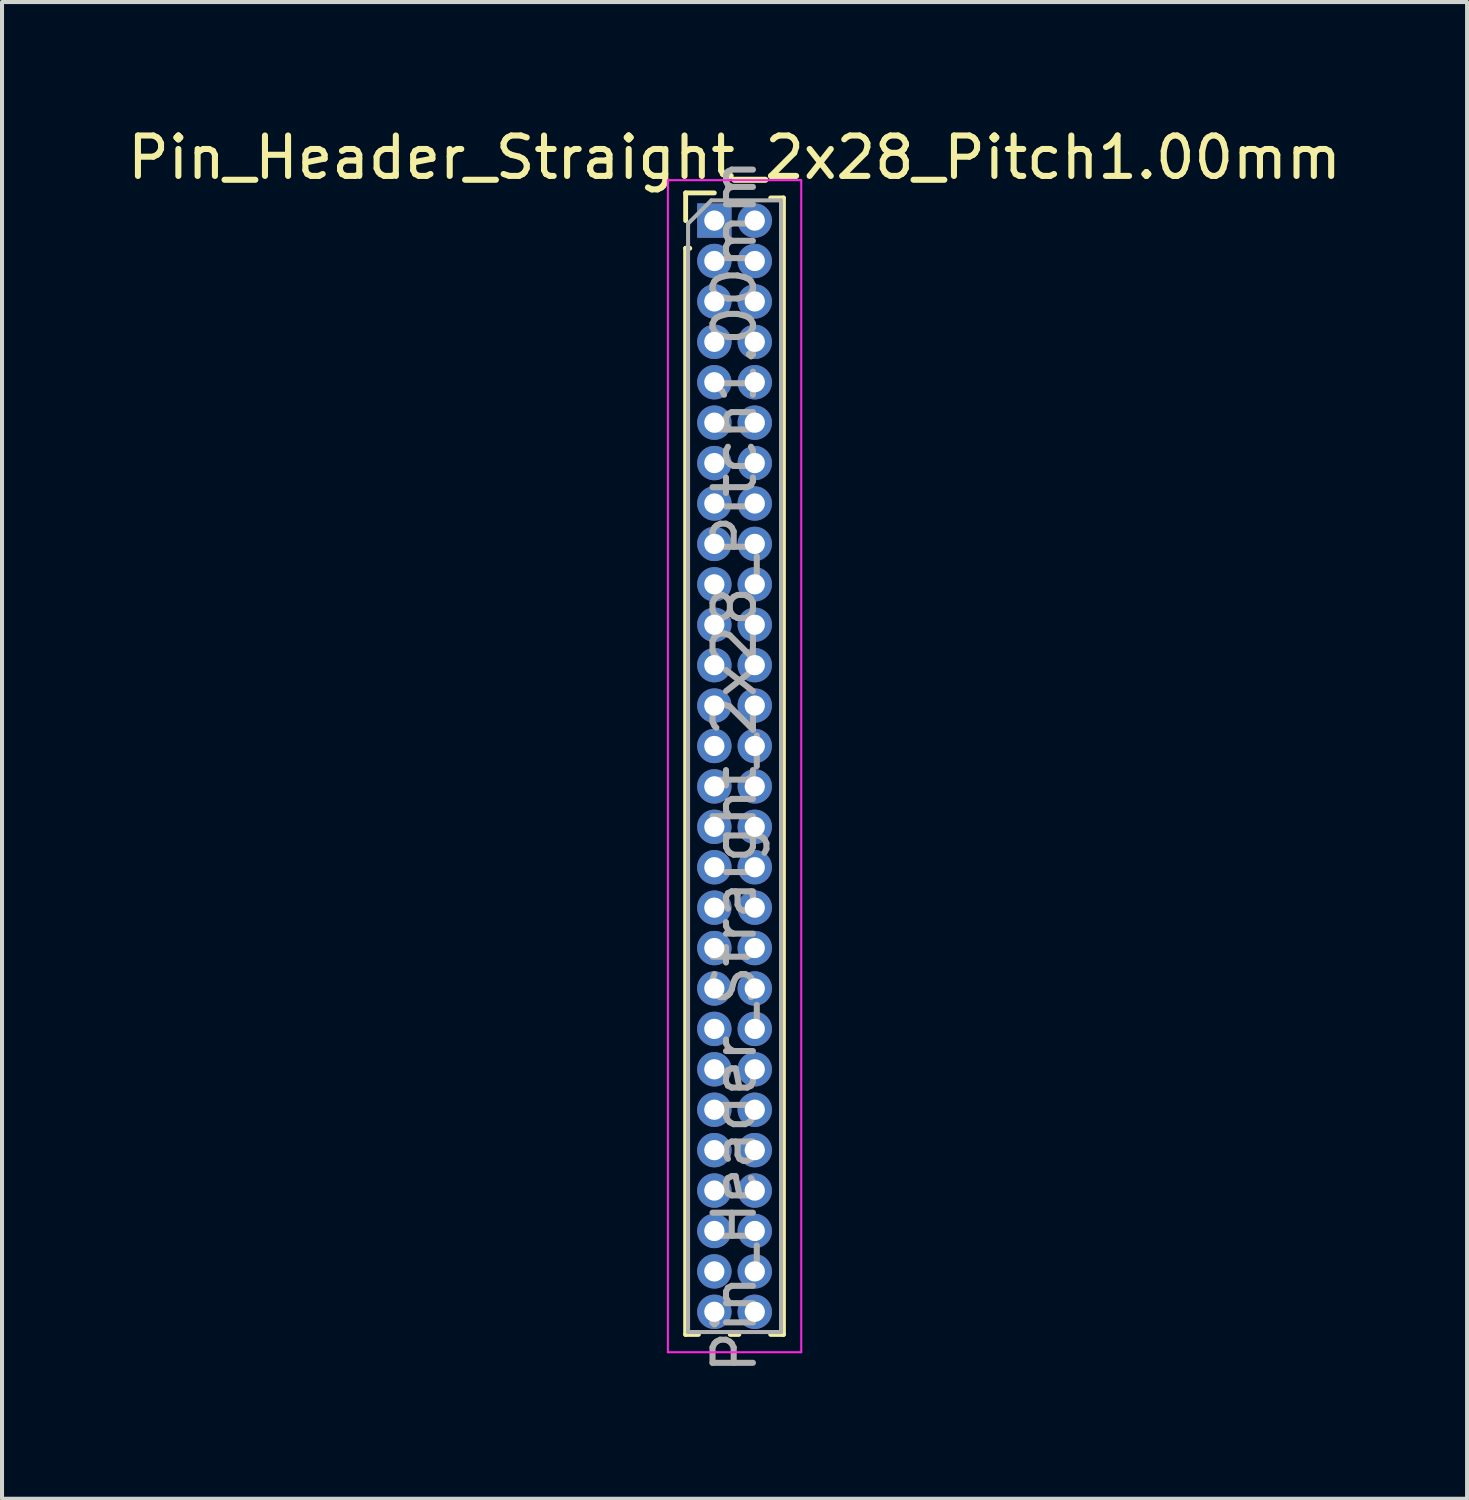
<source format=kicad_pcb>
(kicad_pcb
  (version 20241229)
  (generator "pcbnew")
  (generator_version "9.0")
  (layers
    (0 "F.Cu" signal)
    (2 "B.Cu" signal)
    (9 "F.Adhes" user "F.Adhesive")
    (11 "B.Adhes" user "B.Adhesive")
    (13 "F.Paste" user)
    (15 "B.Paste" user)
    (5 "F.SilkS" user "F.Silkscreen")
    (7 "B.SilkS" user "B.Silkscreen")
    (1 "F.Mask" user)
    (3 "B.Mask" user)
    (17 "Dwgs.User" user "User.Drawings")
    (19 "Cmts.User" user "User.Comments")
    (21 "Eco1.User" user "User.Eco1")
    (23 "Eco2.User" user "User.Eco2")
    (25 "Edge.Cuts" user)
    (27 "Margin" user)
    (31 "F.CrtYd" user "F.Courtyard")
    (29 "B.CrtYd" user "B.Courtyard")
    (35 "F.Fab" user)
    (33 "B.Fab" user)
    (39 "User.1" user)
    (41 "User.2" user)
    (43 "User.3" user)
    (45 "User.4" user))
  (footprint "Pin_Header_Straight_2x28_Pitch1.00mm"
    (layer "F.Cu")
    (at 14.625 2.408)
    (property "Reference" "Pin_Header_Straight_2x28_Pitch1.00mm" (at 0.5 -1.56 0) (layer "F.SilkS") (effects (font (size 1 1) (thickness 0.15))))
    (attr through_hole)
    (fp_line (start -0.71 -0.685) (end 0 -0.685) (stroke (width 0.12) (type solid)) (layer "F.SilkS"))
    (fp_line (start -0.71 0) (end -0.71 -0.685) (stroke (width 0.12) (type solid)) (layer "F.SilkS"))
    (fp_line (start -0.71 0.685) (end -0.71 27.56) (stroke (width 0.12) (type solid)) (layer "F.SilkS"))
    (fp_line (start -0.71 0.685) (end -0.608 0.685) (stroke (width 0.12) (type solid)) (layer "F.SilkS"))
    (fp_line (start -0.71 27.56) (end -0.394 27.56) (stroke (width 0.12) (type solid)) (layer "F.SilkS"))
    (fp_line (start 0.394 27.56) (end 0.606 27.56) (stroke (width 0.12) (type solid)) (layer "F.SilkS"))
    (fp_line (start 1.394 -0.56) (end 1.71 -0.56) (stroke (width 0.12) (type solid)) (layer "F.SilkS"))
    (fp_line (start 1.394 27.56) (end 1.71 27.56) (stroke (width 0.12) (type solid)) (layer "F.SilkS"))
    (fp_line (start 1.71 -0.56) (end 1.71 27.56) (stroke (width 0.12) (type solid)) (layer "F.SilkS"))
    (fp_line (start -1.15 -1) (end -1.15 28) (stroke (width 0.05) (type solid)) (layer "F.CrtYd"))
    (fp_line (start -1.15 28) (end 2.15 28) (stroke (width 0.05) (type solid)) (layer "F.CrtYd"))
    (fp_line (start 2.15 -1) (end -1.15 -1) (stroke (width 0.05) (type solid)) (layer "F.CrtYd"))
    (fp_line (start 2.15 28) (end 2.15 -1) (stroke (width 0.05) (type solid)) (layer "F.CrtYd"))
    (fp_line (start -0.65 0.075) (end -0.075 -0.5) (stroke (width 0.1) (type solid)) (layer "F.Fab"))
    (fp_line (start -0.65 27.5) (end -0.65 0.075) (stroke (width 0.1) (type solid)) (layer "F.Fab"))
    (fp_line (start -0.075 -0.5) (end 1.65 -0.5) (stroke (width 0.1) (type solid)) (layer "F.Fab"))
    (fp_line (start 1.65 -0.5) (end 1.65 27.5) (stroke (width 0.1) (type solid)) (layer "F.Fab"))
    (fp_line (start 1.65 27.5) (end -0.65 27.5) (stroke (width 0.1) (type solid)) (layer "F.Fab"))
    (fp_text user "${REFERENCE}" (at 0.5 13.5 90) (layer "F.Fab") (effects (font (size 1 1) (thickness 0.15))))
    (pad "1" thru_hole rect (at 0 0) (size 0.85 0.85) (drill 0.5) (layers "*.Cu" "*.Mask"))
    (pad "2" thru_hole oval (at 1 0) (size 0.85 0.85) (drill 0.5) (layers "*.Cu" "*.Mask"))
    (pad "3" thru_hole oval (at 0 1) (size 0.85 0.85) (drill 0.5) (layers "*.Cu" "*.Mask"))
    (pad "4" thru_hole oval (at 1 1) (size 0.85 0.85) (drill 0.5) (layers "*.Cu" "*.Mask"))
    (pad "5" thru_hole oval (at 0 2) (size 0.85 0.85) (drill 0.5) (layers "*.Cu" "*.Mask"))
    (pad "6" thru_hole oval (at 1 2) (size 0.85 0.85) (drill 0.5) (layers "*.Cu" "*.Mask"))
    (pad "7" thru_hole oval (at 0 3) (size 0.85 0.85) (drill 0.5) (layers "*.Cu" "*.Mask"))
    (pad "8" thru_hole oval (at 1 3) (size 0.85 0.85) (drill 0.5) (layers "*.Cu" "*.Mask"))
    (pad "9" thru_hole oval (at 0 4) (size 0.85 0.85) (drill 0.5) (layers "*.Cu" "*.Mask"))
    (pad "10" thru_hole oval (at 1 4) (size 0.85 0.85) (drill 0.5) (layers "*.Cu" "*.Mask"))
    (pad "11" thru_hole oval (at 0 5) (size 0.85 0.85) (drill 0.5) (layers "*.Cu" "*.Mask"))
    (pad "12" thru_hole oval (at 1 5) (size 0.85 0.85) (drill 0.5) (layers "*.Cu" "*.Mask"))
    (pad "13" thru_hole oval (at 0 6) (size 0.85 0.85) (drill 0.5) (layers "*.Cu" "*.Mask"))
    (pad "14" thru_hole oval (at 1 6) (size 0.85 0.85) (drill 0.5) (layers "*.Cu" "*.Mask"))
    (pad "15" thru_hole oval (at 0 7) (size 0.85 0.85) (drill 0.5) (layers "*.Cu" "*.Mask"))
    (pad "16" thru_hole oval (at 1 7) (size 0.85 0.85) (drill 0.5) (layers "*.Cu" "*.Mask"))
    (pad "17" thru_hole oval (at 0 8) (size 0.85 0.85) (drill 0.5) (layers "*.Cu" "*.Mask"))
    (pad "18" thru_hole oval (at 1 8) (size 0.85 0.85) (drill 0.5) (layers "*.Cu" "*.Mask"))
    (pad "19" thru_hole oval (at 0 9) (size 0.85 0.85) (drill 0.5) (layers "*.Cu" "*.Mask"))
    (pad "20" thru_hole oval (at 1 9) (size 0.85 0.85) (drill 0.5) (layers "*.Cu" "*.Mask"))
    (pad "21" thru_hole oval (at 0 10) (size 0.85 0.85) (drill 0.5) (layers "*.Cu" "*.Mask"))
    (pad "22" thru_hole oval (at 1 10) (size 0.85 0.85) (drill 0.5) (layers "*.Cu" "*.Mask"))
    (pad "23" thru_hole oval (at 0 11) (size 0.85 0.85) (drill 0.5) (layers "*.Cu" "*.Mask"))
    (pad "24" thru_hole oval (at 1 11) (size 0.85 0.85) (drill 0.5) (layers "*.Cu" "*.Mask"))
    (pad "25" thru_hole oval (at 0 12) (size 0.85 0.85) (drill 0.5) (layers "*.Cu" "*.Mask"))
    (pad "26" thru_hole oval (at 1 12) (size 0.85 0.85) (drill 0.5) (layers "*.Cu" "*.Mask"))
    (pad "27" thru_hole oval (at 0 13) (size 0.85 0.85) (drill 0.5) (layers "*.Cu" "*.Mask"))
    (pad "28" thru_hole oval (at 1 13) (size 0.85 0.85) (drill 0.5) (layers "*.Cu" "*.Mask"))
    (pad "29" thru_hole oval (at 0 14) (size 0.85 0.85) (drill 0.5) (layers "*.Cu" "*.Mask"))
    (pad "30" thru_hole oval (at 1 14) (size 0.85 0.85) (drill 0.5) (layers "*.Cu" "*.Mask"))
    (pad "31" thru_hole oval (at 0 15) (size 0.85 0.85) (drill 0.5) (layers "*.Cu" "*.Mask"))
    (pad "32" thru_hole oval (at 1 15) (size 0.85 0.85) (drill 0.5) (layers "*.Cu" "*.Mask"))
    (pad "33" thru_hole oval (at 0 16) (size 0.85 0.85) (drill 0.5) (layers "*.Cu" "*.Mask"))
    (pad "34" thru_hole oval (at 1 16) (size 0.85 0.85) (drill 0.5) (layers "*.Cu" "*.Mask"))
    (pad "35" thru_hole oval (at 0 17) (size 0.85 0.85) (drill 0.5) (layers "*.Cu" "*.Mask"))
    (pad "36" thru_hole oval (at 1 17) (size 0.85 0.85) (drill 0.5) (layers "*.Cu" "*.Mask"))
    (pad "37" thru_hole oval (at 0 18) (size 0.85 0.85) (drill 0.5) (layers "*.Cu" "*.Mask"))
    (pad "38" thru_hole oval (at 1 18) (size 0.85 0.85) (drill 0.5) (layers "*.Cu" "*.Mask"))
    (pad "39" thru_hole oval (at 0 19) (size 0.85 0.85) (drill 0.5) (layers "*.Cu" "*.Mask"))
    (pad "40" thru_hole oval (at 1 19) (size 0.85 0.85) (drill 0.5) (layers "*.Cu" "*.Mask"))
    (pad "41" thru_hole oval (at 0 20) (size 0.85 0.85) (drill 0.5) (layers "*.Cu" "*.Mask"))
    (pad "42" thru_hole oval (at 1 20) (size 0.85 0.85) (drill 0.5) (layers "*.Cu" "*.Mask"))
    (pad "43" thru_hole oval (at 0 21) (size 0.85 0.85) (drill 0.5) (layers "*.Cu" "*.Mask"))
    (pad "44" thru_hole oval (at 1 21) (size 0.85 0.85) (drill 0.5) (layers "*.Cu" "*.Mask"))
    (pad "45" thru_hole oval (at 0 22) (size 0.85 0.85) (drill 0.5) (layers "*.Cu" "*.Mask"))
    (pad "46" thru_hole oval (at 1 22) (size 0.85 0.85) (drill 0.5) (layers "*.Cu" "*.Mask"))
    (pad "47" thru_hole oval (at 0 23) (size 0.85 0.85) (drill 0.5) (layers "*.Cu" "*.Mask"))
    (pad "48" thru_hole oval (at 1 23) (size 0.85 0.85) (drill 0.5) (layers "*.Cu" "*.Mask"))
    (pad "49" thru_hole oval (at 0 24) (size 0.85 0.85) (drill 0.5) (layers "*.Cu" "*.Mask"))
    (pad "50" thru_hole oval (at 1 24) (size 0.85 0.85) (drill 0.5) (layers "*.Cu" "*.Mask"))
    (pad "51" thru_hole oval (at 0 25) (size 0.85 0.85) (drill 0.5) (layers "*.Cu" "*.Mask"))
    (pad "52" thru_hole oval (at 1 25) (size 0.85 0.85) (drill 0.5) (layers "*.Cu" "*.Mask"))
    (pad "53" thru_hole oval (at 0 26) (size 0.85 0.85) (drill 0.5) (layers "*.Cu" "*.Mask"))
    (pad "54" thru_hole oval (at 1 26) (size 0.85 0.85) (drill 0.5) (layers "*.Cu" "*.Mask"))
    (pad "55" thru_hole oval (at 0 27) (size 0.85 0.85) (drill 0.5) (layers "*.Cu" "*.Mask"))
    (pad "56" thru_hole oval (at 1 27) (size 0.85 0.85) (drill 0.5) (layers "*.Cu" "*.Mask")))
  (gr_rect
    (start -3 -3)
    (end 33.25 34.033)
    (stroke (width 0.1) (type default))
    (fill no)
    (layer "Edge.Cuts")))
</source>
